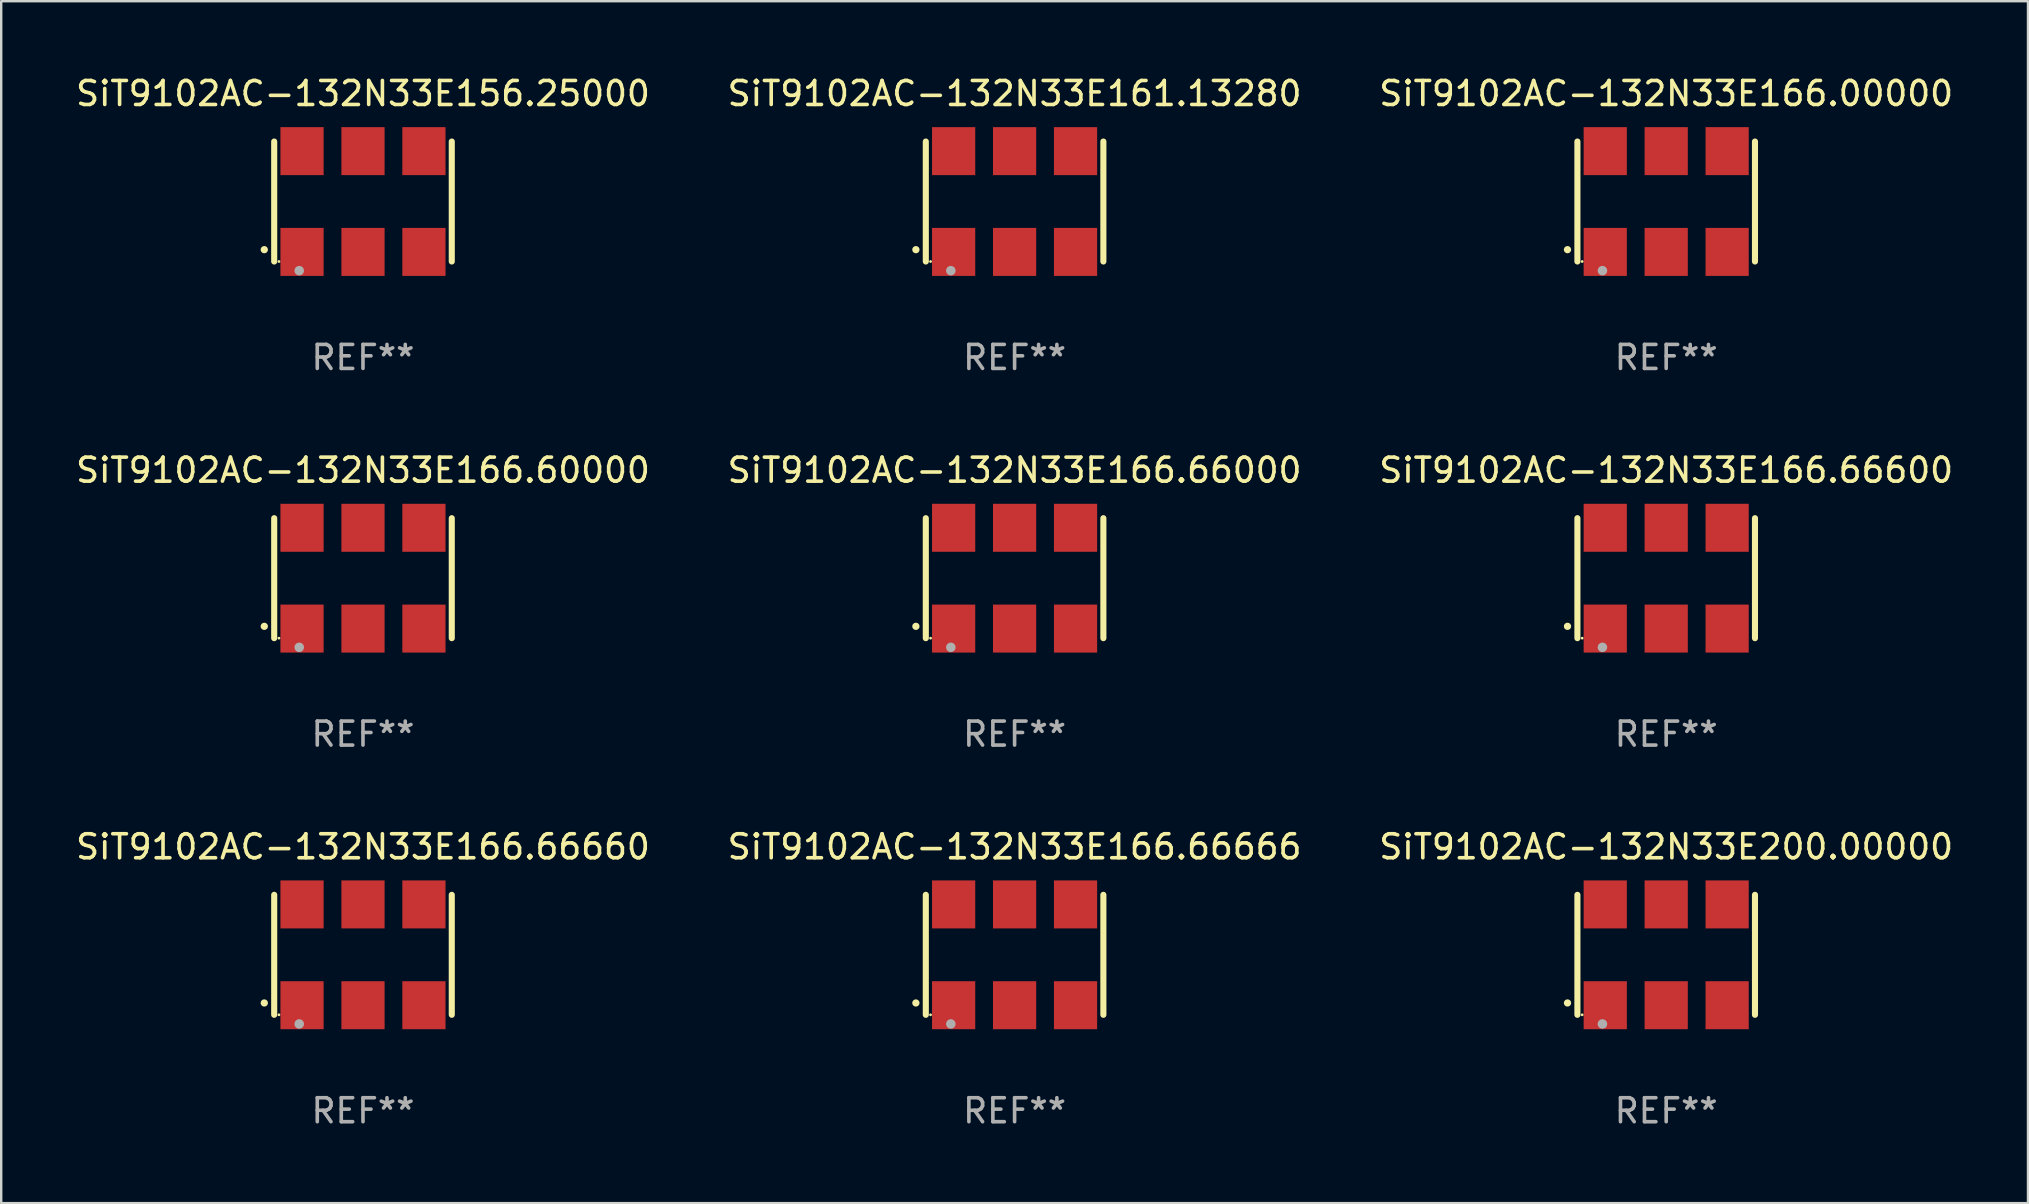
<source format=kicad_pcb>
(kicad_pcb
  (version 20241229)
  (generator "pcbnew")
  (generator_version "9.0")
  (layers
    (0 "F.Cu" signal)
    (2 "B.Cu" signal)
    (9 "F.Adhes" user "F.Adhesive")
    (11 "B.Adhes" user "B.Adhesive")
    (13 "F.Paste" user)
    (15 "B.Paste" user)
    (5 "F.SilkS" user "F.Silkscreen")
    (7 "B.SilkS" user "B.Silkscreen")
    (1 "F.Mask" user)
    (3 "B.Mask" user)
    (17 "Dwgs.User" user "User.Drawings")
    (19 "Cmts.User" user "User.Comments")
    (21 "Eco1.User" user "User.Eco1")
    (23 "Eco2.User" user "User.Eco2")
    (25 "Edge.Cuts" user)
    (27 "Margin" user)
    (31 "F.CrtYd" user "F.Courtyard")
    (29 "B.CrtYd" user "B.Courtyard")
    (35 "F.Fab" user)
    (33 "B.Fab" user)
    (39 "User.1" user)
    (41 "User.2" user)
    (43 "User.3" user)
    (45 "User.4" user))
  (footprint "SiT9102AC-132N33E166.66000"
    (layer "F.Cu")
    (at 39.232 21.045)
    (property "Reference" "SiT9102AC-132N33E166.66000" (at 0 -4.5 0) (layer "F.SilkS") (effects (font (size 1 1) (thickness 0.15))))
    (attr through_hole)
    (fp_line (start -3.7 -2.5) (end -3.7 2.5) (stroke (width 0.254) (type solid)) (layer "F.SilkS"))
    (fp_line (start 3.7 -2.5) (end 3.7 2.5) (stroke (width 0.254) (type solid)) (layer "F.SilkS"))
    (fp_arc (start -4.114415 2.006604) (mid -4.113145 2.006599) (end -4.111875 2.006604) (stroke (width 0.3) (type solid)) (layer "F.SilkS"))
    (fp_circle (center -3.502 2.5) (end -3.472 2.5) (stroke (width 0.06) (type solid)) (fill no) (layer "F.SilkS"))
    (fp_circle (center -2.657 2.882) (end -2.557 2.882) (stroke (width 0.2) (type solid)) (fill no) (layer "F.Fab"))
    (fp_text user "REF**" (at 0 6.5 0) (layer "F.Fab") (effects (font (size 1 1) (thickness 0.15))))
    (pad "1" smd rect (at -2.54 2.1) (size 1.8 2) (layers "F.Cu" "F.Mask" "F.Paste"))
    (pad "2" smd rect (at 0.000394 2.1) (size 1.8 2) (layers "F.Cu" "F.Mask" "F.Paste"))
    (pad "3" smd rect (at 2.54 2.1) (size 1.8 2) (layers "F.Cu" "F.Mask" "F.Paste"))
    (pad "4" smd rect (at 2.54 -2.1) (size 1.8 2) (layers "F.Cu" "F.Mask" "F.Paste"))
    (pad "5" smd rect (at 0.000394 -2.1) (size 1.8 2) (layers "F.Cu" "F.Mask" "F.Paste"))
    (pad "6" smd rect (at -2.54 -2.1) (size 1.8 2) (layers "F.Cu" "F.Mask" "F.Paste")))
  (footprint "SiT9102AC-132N33E166.00000"
    (layer "F.Cu")
    (at 66.387 5.348)
    (property "Reference" "SiT9102AC-132N33E166.00000" (at 0 -4.5 0) (layer "F.SilkS") (effects (font (size 1 1) (thickness 0.15))))
    (attr through_hole)
    (fp_line (start -3.7 -2.5) (end -3.7 2.5) (stroke (width 0.254) (type solid)) (layer "F.SilkS"))
    (fp_line (start 3.7 -2.5) (end 3.7 2.5) (stroke (width 0.254) (type solid)) (layer "F.SilkS"))
    (fp_arc (start -4.114415 2.006604) (mid -4.113145 2.006599) (end -4.111875 2.006604) (stroke (width 0.3) (type solid)) (layer "F.SilkS"))
    (fp_circle (center -3.502 2.5) (end -3.472 2.5) (stroke (width 0.06) (type solid)) (fill no) (layer "F.SilkS"))
    (fp_circle (center -2.657 2.882) (end -2.557 2.882) (stroke (width 0.2) (type solid)) (fill no) (layer "F.Fab"))
    (fp_text user "REF**" (at 0 6.5 0) (layer "F.Fab") (effects (font (size 1 1) (thickness 0.15))))
    (pad "1" smd rect (at -2.54 2.1) (size 1.8 2) (layers "F.Cu" "F.Mask" "F.Paste"))
    (pad "2" smd rect (at 0.000394 2.1) (size 1.8 2) (layers "F.Cu" "F.Mask" "F.Paste"))
    (pad "3" smd rect (at 2.54 2.1) (size 1.8 2) (layers "F.Cu" "F.Mask" "F.Paste"))
    (pad "4" smd rect (at 2.54 -2.1) (size 1.8 2) (layers "F.Cu" "F.Mask" "F.Paste"))
    (pad "5" smd rect (at 0.000394 -2.1) (size 1.8 2) (layers "F.Cu" "F.Mask" "F.Paste"))
    (pad "6" smd rect (at -2.54 -2.1) (size 1.8 2) (layers "F.Cu" "F.Mask" "F.Paste")))
  (footprint "SiT9102AC-132N33E200.00000"
    (layer "F.Cu")
    (at 66.387 36.741)
    (property "Reference" "SiT9102AC-132N33E200.00000" (at 0 -4.5 0) (layer "F.SilkS") (effects (font (size 1 1) (thickness 0.15))))
    (attr through_hole)
    (fp_line (start -3.7 -2.5) (end -3.7 2.5) (stroke (width 0.254) (type solid)) (layer "F.SilkS"))
    (fp_line (start 3.7 -2.5) (end 3.7 2.5) (stroke (width 0.254) (type solid)) (layer "F.SilkS"))
    (fp_arc (start -4.114415 2.006604) (mid -4.113145 2.006599) (end -4.111875 2.006604) (stroke (width 0.3) (type solid)) (layer "F.SilkS"))
    (fp_circle (center -3.502 2.5) (end -3.472 2.5) (stroke (width 0.06) (type solid)) (fill no) (layer "F.SilkS"))
    (fp_circle (center -2.657 2.882) (end -2.557 2.882) (stroke (width 0.2) (type solid)) (fill no) (layer "F.Fab"))
    (fp_text user "REF**" (at 0 6.5 0) (layer "F.Fab") (effects (font (size 1 1) (thickness 0.15))))
    (pad "1" smd rect (at -2.54 2.1) (size 1.8 2) (layers "F.Cu" "F.Mask" "F.Paste"))
    (pad "2" smd rect (at 0.000394 2.1) (size 1.8 2) (layers "F.Cu" "F.Mask" "F.Paste"))
    (pad "3" smd rect (at 2.54 2.1) (size 1.8 2) (layers "F.Cu" "F.Mask" "F.Paste"))
    (pad "4" smd rect (at 2.54 -2.1) (size 1.8 2) (layers "F.Cu" "F.Mask" "F.Paste"))
    (pad "5" smd rect (at 0.000394 -2.1) (size 1.8 2) (layers "F.Cu" "F.Mask" "F.Paste"))
    (pad "6" smd rect (at -2.54 -2.1) (size 1.8 2) (layers "F.Cu" "F.Mask" "F.Paste")))
  (footprint "SiT9102AC-132N33E166.66666"
    (layer "F.Cu")
    (at 39.232 36.741)
    (property "Reference" "SiT9102AC-132N33E166.66666" (at 0 -4.5 0) (layer "F.SilkS") (effects (font (size 1 1) (thickness 0.15))))
    (attr through_hole)
    (fp_line (start -3.7 -2.5) (end -3.7 2.5) (stroke (width 0.254) (type solid)) (layer "F.SilkS"))
    (fp_line (start 3.7 -2.5) (end 3.7 2.5) (stroke (width 0.254) (type solid)) (layer "F.SilkS"))
    (fp_arc (start -4.114415 2.006604) (mid -4.113145 2.006599) (end -4.111875 2.006604) (stroke (width 0.3) (type solid)) (layer "F.SilkS"))
    (fp_circle (center -3.502 2.5) (end -3.472 2.5) (stroke (width 0.06) (type solid)) (fill no) (layer "F.SilkS"))
    (fp_circle (center -2.657 2.882) (end -2.557 2.882) (stroke (width 0.2) (type solid)) (fill no) (layer "F.Fab"))
    (fp_text user "REF**" (at 0 6.5 0) (layer "F.Fab") (effects (font (size 1 1) (thickness 0.15))))
    (pad "1" smd rect (at -2.54 2.1) (size 1.8 2) (layers "F.Cu" "F.Mask" "F.Paste"))
    (pad "2" smd rect (at 0.000394 2.1) (size 1.8 2) (layers "F.Cu" "F.Mask" "F.Paste"))
    (pad "3" smd rect (at 2.54 2.1) (size 1.8 2) (layers "F.Cu" "F.Mask" "F.Paste"))
    (pad "4" smd rect (at 2.54 -2.1) (size 1.8 2) (layers "F.Cu" "F.Mask" "F.Paste"))
    (pad "5" smd rect (at 0.000394 -2.1) (size 1.8 2) (layers "F.Cu" "F.Mask" "F.Paste"))
    (pad "6" smd rect (at -2.54 -2.1) (size 1.8 2) (layers "F.Cu" "F.Mask" "F.Paste")))
  (footprint "SiT9102AC-132N33E166.60000"
    (layer "F.Cu")
    (at 12.077 21.045)
    (property "Reference" "SiT9102AC-132N33E166.60000" (at 0 -4.5 0) (layer "F.SilkS") (effects (font (size 1 1) (thickness 0.15))))
    (attr through_hole)
    (fp_line (start -3.7 -2.5) (end -3.7 2.5) (stroke (width 0.254) (type solid)) (layer "F.SilkS"))
    (fp_line (start 3.7 -2.5) (end 3.7 2.5) (stroke (width 0.254) (type solid)) (layer "F.SilkS"))
    (fp_arc (start -4.114415 2.006604) (mid -4.113145 2.006599) (end -4.111875 2.006604) (stroke (width 0.3) (type solid)) (layer "F.SilkS"))
    (fp_circle (center -3.502 2.5) (end -3.472 2.5) (stroke (width 0.06) (type solid)) (fill no) (layer "F.SilkS"))
    (fp_circle (center -2.657 2.882) (end -2.557 2.882) (stroke (width 0.2) (type solid)) (fill no) (layer "F.Fab"))
    (fp_text user "REF**" (at 0 6.5 0) (layer "F.Fab") (effects (font (size 1 1) (thickness 0.15))))
    (pad "1" smd rect (at -2.54 2.1) (size 1.8 2) (layers "F.Cu" "F.Mask" "F.Paste"))
    (pad "2" smd rect (at 0.000394 2.1) (size 1.8 2) (layers "F.Cu" "F.Mask" "F.Paste"))
    (pad "3" smd rect (at 2.54 2.1) (size 1.8 2) (layers "F.Cu" "F.Mask" "F.Paste"))
    (pad "4" smd rect (at 2.54 -2.1) (size 1.8 2) (layers "F.Cu" "F.Mask" "F.Paste"))
    (pad "5" smd rect (at 0.000394 -2.1) (size 1.8 2) (layers "F.Cu" "F.Mask" "F.Paste"))
    (pad "6" smd rect (at -2.54 -2.1) (size 1.8 2) (layers "F.Cu" "F.Mask" "F.Paste")))
  (footprint "SiT9102AC-132N33E166.66600"
    (layer "F.Cu")
    (at 66.387 21.045)
    (property "Reference" "SiT9102AC-132N33E166.66600" (at 0 -4.5 0) (layer "F.SilkS") (effects (font (size 1 1) (thickness 0.15))))
    (attr through_hole)
    (fp_line (start -3.7 -2.5) (end -3.7 2.5) (stroke (width 0.254) (type solid)) (layer "F.SilkS"))
    (fp_line (start 3.7 -2.5) (end 3.7 2.5) (stroke (width 0.254) (type solid)) (layer "F.SilkS"))
    (fp_arc (start -4.114415 2.006604) (mid -4.113145 2.006599) (end -4.111875 2.006604) (stroke (width 0.3) (type solid)) (layer "F.SilkS"))
    (fp_circle (center -3.502 2.5) (end -3.472 2.5) (stroke (width 0.06) (type solid)) (fill no) (layer "F.SilkS"))
    (fp_circle (center -2.657 2.882) (end -2.557 2.882) (stroke (width 0.2) (type solid)) (fill no) (layer "F.Fab"))
    (fp_text user "REF**" (at 0 6.5 0) (layer "F.Fab") (effects (font (size 1 1) (thickness 0.15))))
    (pad "1" smd rect (at -2.54 2.1) (size 1.8 2) (layers "F.Cu" "F.Mask" "F.Paste"))
    (pad "2" smd rect (at 0.000394 2.1) (size 1.8 2) (layers "F.Cu" "F.Mask" "F.Paste"))
    (pad "3" smd rect (at 2.54 2.1) (size 1.8 2) (layers "F.Cu" "F.Mask" "F.Paste"))
    (pad "4" smd rect (at 2.54 -2.1) (size 1.8 2) (layers "F.Cu" "F.Mask" "F.Paste"))
    (pad "5" smd rect (at 0.000394 -2.1) (size 1.8 2) (layers "F.Cu" "F.Mask" "F.Paste"))
    (pad "6" smd rect (at -2.54 -2.1) (size 1.8 2) (layers "F.Cu" "F.Mask" "F.Paste")))
  (footprint "SiT9102AC-132N33E161.13280"
    (layer "F.Cu")
    (at 39.232 5.348)
    (property "Reference" "SiT9102AC-132N33E161.13280" (at 0 -4.5 0) (layer "F.SilkS") (effects (font (size 1 1) (thickness 0.15))))
    (attr through_hole)
    (fp_line (start -3.7 -2.5) (end -3.7 2.5) (stroke (width 0.254) (type solid)) (layer "F.SilkS"))
    (fp_line (start 3.7 -2.5) (end 3.7 2.5) (stroke (width 0.254) (type solid)) (layer "F.SilkS"))
    (fp_arc (start -4.114415 2.006604) (mid -4.113145 2.006599) (end -4.111875 2.006604) (stroke (width 0.3) (type solid)) (layer "F.SilkS"))
    (fp_circle (center -3.502 2.5) (end -3.472 2.5) (stroke (width 0.06) (type solid)) (fill no) (layer "F.SilkS"))
    (fp_circle (center -2.657 2.882) (end -2.557 2.882) (stroke (width 0.2) (type solid)) (fill no) (layer "F.Fab"))
    (fp_text user "REF**" (at 0 6.5 0) (layer "F.Fab") (effects (font (size 1 1) (thickness 0.15))))
    (pad "1" smd rect (at -2.54 2.1) (size 1.8 2) (layers "F.Cu" "F.Mask" "F.Paste"))
    (pad "2" smd rect (at 0.000394 2.1) (size 1.8 2) (layers "F.Cu" "F.Mask" "F.Paste"))
    (pad "3" smd rect (at 2.54 2.1) (size 1.8 2) (layers "F.Cu" "F.Mask" "F.Paste"))
    (pad "4" smd rect (at 2.54 -2.1) (size 1.8 2) (layers "F.Cu" "F.Mask" "F.Paste"))
    (pad "5" smd rect (at 0.000394 -2.1) (size 1.8 2) (layers "F.Cu" "F.Mask" "F.Paste"))
    (pad "6" smd rect (at -2.54 -2.1) (size 1.8 2) (layers "F.Cu" "F.Mask" "F.Paste")))
  (footprint "SiT9102AC-132N33E156.25000"
    (layer "F.Cu")
    (at 12.077 5.348)
    (property "Reference" "SiT9102AC-132N33E156.25000" (at 0 -4.5 0) (layer "F.SilkS") (effects (font (size 1 1) (thickness 0.15))))
    (attr through_hole)
    (fp_line (start -3.7 -2.5) (end -3.7 2.5) (stroke (width 0.254) (type solid)) (layer "F.SilkS"))
    (fp_line (start 3.7 -2.5) (end 3.7 2.5) (stroke (width 0.254) (type solid)) (layer "F.SilkS"))
    (fp_arc (start -4.114415 2.006604) (mid -4.113145 2.006599) (end -4.111875 2.006604) (stroke (width 0.3) (type solid)) (layer "F.SilkS"))
    (fp_circle (center -3.502 2.5) (end -3.472 2.5) (stroke (width 0.06) (type solid)) (fill no) (layer "F.SilkS"))
    (fp_circle (center -2.657 2.882) (end -2.557 2.882) (stroke (width 0.2) (type solid)) (fill no) (layer "F.Fab"))
    (fp_text user "REF**" (at 0 6.5 0) (layer "F.Fab") (effects (font (size 1 1) (thickness 0.15))))
    (pad "1" smd rect (at -2.54 2.1) (size 1.8 2) (layers "F.Cu" "F.Mask" "F.Paste"))
    (pad "2" smd rect (at 0.000394 2.1) (size 1.8 2) (layers "F.Cu" "F.Mask" "F.Paste"))
    (pad "3" smd rect (at 2.54 2.1) (size 1.8 2) (layers "F.Cu" "F.Mask" "F.Paste"))
    (pad "4" smd rect (at 2.54 -2.1) (size 1.8 2) (layers "F.Cu" "F.Mask" "F.Paste"))
    (pad "5" smd rect (at 0.000394 -2.1) (size 1.8 2) (layers "F.Cu" "F.Mask" "F.Paste"))
    (pad "6" smd rect (at -2.54 -2.1) (size 1.8 2) (layers "F.Cu" "F.Mask" "F.Paste")))
  (footprint "SiT9102AC-132N33E166.66660"
    (layer "F.Cu")
    (at 12.077 36.741)
    (property "Reference" "SiT9102AC-132N33E166.66660" (at 0 -4.5 0) (layer "F.SilkS") (effects (font (size 1 1) (thickness 0.15))))
    (attr through_hole)
    (fp_line (start -3.7 -2.5) (end -3.7 2.5) (stroke (width 0.254) (type solid)) (layer "F.SilkS"))
    (fp_line (start 3.7 -2.5) (end 3.7 2.5) (stroke (width 0.254) (type solid)) (layer "F.SilkS"))
    (fp_arc (start -4.114415 2.006604) (mid -4.113145 2.006599) (end -4.111875 2.006604) (stroke (width 0.3) (type solid)) (layer "F.SilkS"))
    (fp_circle (center -3.502 2.5) (end -3.472 2.5) (stroke (width 0.06) (type solid)) (fill no) (layer "F.SilkS"))
    (fp_circle (center -2.657 2.882) (end -2.557 2.882) (stroke (width 0.2) (type solid)) (fill no) (layer "F.Fab"))
    (fp_text user "REF**" (at 0 6.5 0) (layer "F.Fab") (effects (font (size 1 1) (thickness 0.15))))
    (pad "1" smd rect (at -2.54 2.1) (size 1.8 2) (layers "F.Cu" "F.Mask" "F.Paste"))
    (pad "2" smd rect (at 0.000394 2.1) (size 1.8 2) (layers "F.Cu" "F.Mask" "F.Paste"))
    (pad "3" smd rect (at 2.54 2.1) (size 1.8 2) (layers "F.Cu" "F.Mask" "F.Paste"))
    (pad "4" smd rect (at 2.54 -2.1) (size 1.8 2) (layers "F.Cu" "F.Mask" "F.Paste"))
    (pad "5" smd rect (at 0.000394 -2.1) (size 1.8 2) (layers "F.Cu" "F.Mask" "F.Paste"))
    (pad "6" smd rect (at -2.54 -2.1) (size 1.8 2) (layers "F.Cu" "F.Mask" "F.Paste")))
  (gr_rect
    (start -3 -3)
    (end 81.464 47.09)
    (stroke (width 0.1) (type default))
    (fill no)
    (layer "Edge.Cuts")))
</source>
